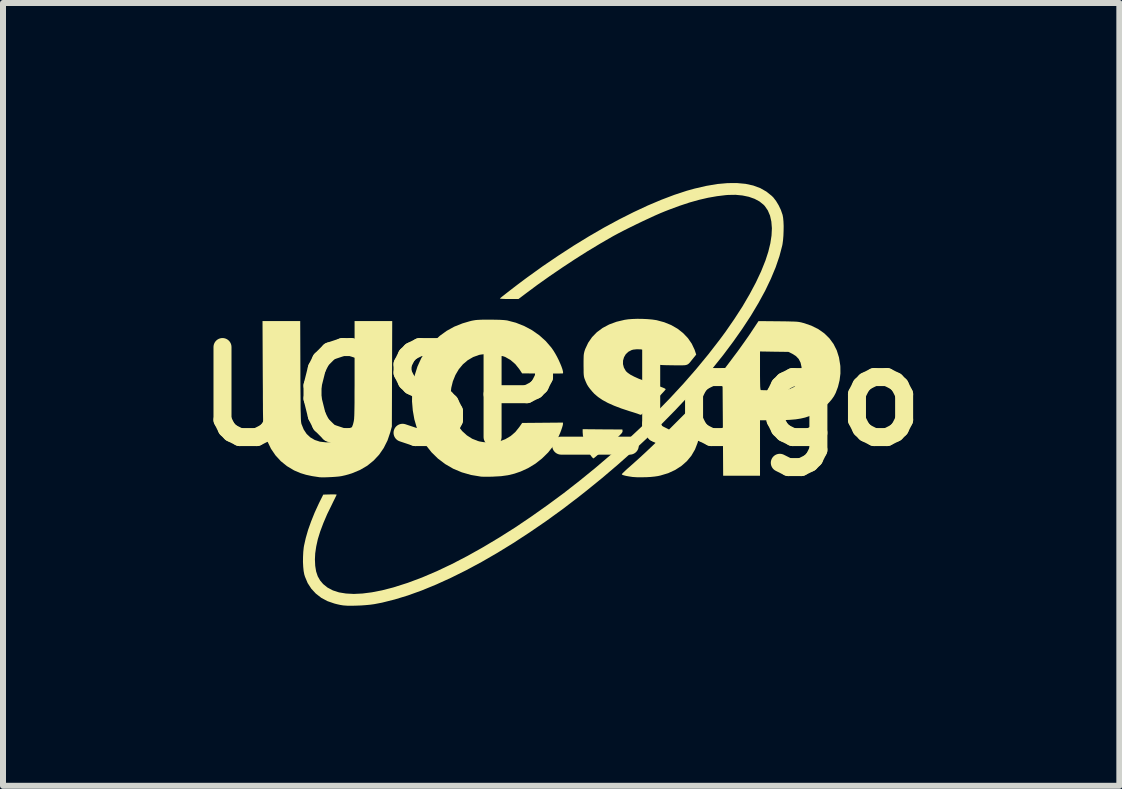
<source format=kicad_pcb>
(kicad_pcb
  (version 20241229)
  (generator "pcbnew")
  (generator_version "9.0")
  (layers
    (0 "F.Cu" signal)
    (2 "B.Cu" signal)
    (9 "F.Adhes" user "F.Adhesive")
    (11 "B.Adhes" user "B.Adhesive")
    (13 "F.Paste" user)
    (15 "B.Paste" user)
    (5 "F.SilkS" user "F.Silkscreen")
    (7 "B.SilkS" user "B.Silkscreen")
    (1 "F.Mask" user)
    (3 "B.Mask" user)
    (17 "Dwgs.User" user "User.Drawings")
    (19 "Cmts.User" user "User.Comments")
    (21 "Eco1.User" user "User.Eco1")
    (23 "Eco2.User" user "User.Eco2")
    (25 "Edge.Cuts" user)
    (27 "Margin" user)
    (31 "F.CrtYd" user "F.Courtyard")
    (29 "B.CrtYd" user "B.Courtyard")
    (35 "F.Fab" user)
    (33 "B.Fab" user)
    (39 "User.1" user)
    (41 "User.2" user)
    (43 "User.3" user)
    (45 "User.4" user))
  (footprint "UCSP_logo"
    (layer "F.Cu")
    (at 6.3 3.554)
    (property "Reference" "UCSP_logo" (at 0 0 0) (layer "F.SilkS") (effects (font (size 1.5 1.5) (thickness 0.3))))
    (attr board_only exclude_from_pos_files exclude_from_bom)
    (fp_poly (pts (xy 0.689 0.55) (xy 1.02 0.552) (xy 1.023 0.578) (xy 1.022 0.589) (xy 1.016 0.602) (xy 1.004 0.619) (xy 0.982 0.642) (xy 0.95 0.673) (xy 0.905 0.714) (xy 0.884 0.734) (xy 0.821 0.79) (xy 0.761 0.844) (xy 0.704 0.894) (xy 0.652 0.939) (xy 0.608 0.977) (xy 0.573 1.007) (xy 0.548 1.027) (xy 0.536 1.034) (xy 0.536 1.034) (xy 0.527 1.027) (xy 0.51 1.008) (xy 0.493 0.986) (xy 0.447 0.911) (xy 0.408 0.826) (xy 0.379 0.737) (xy 0.362 0.651) (xy 0.358 0.596) (xy 0.358 0.547)) (stroke (width 0) (type solid)) (fill yes) (layer "F.SilkS"))
    (fp_poly (pts (xy 2.202 0.19) (xy 2.223 0.223) (xy 2.246 0.268) (xy 2.267 0.32) (xy 2.284 0.372) (xy 2.289 0.393) (xy 2.295 0.428) (xy 2.299 0.476) (xy 2.301 0.53) (xy 2.301 0.567) (xy 2.3 0.628) (xy 2.295 0.676) (xy 2.287 0.721) (xy 2.274 0.77) (xy 2.274 0.771) (xy 2.23 0.885) (xy 2.17 0.988) (xy 2.095 1.079) (xy 2.004 1.159) (xy 1.9 1.226) (xy 1.783 1.28) (xy 1.653 1.319) (xy 1.612 1.328) (xy 1.558 1.336) (xy 1.49 1.343) (xy 1.415 1.347) (xy 1.338 1.348) (xy 1.265 1.348) (xy 1.203 1.344) (xy 1.189 1.343) (xy 1.13 1.334) (xy 1.08 1.325) (xy 1.041 1.315) (xy 1.017 1.306) (xy 1.01 1.298) (xy 1.017 1.288) (xy 1.037 1.268) (xy 1.066 1.24) (xy 1.104 1.205) (xy 1.134 1.179) (xy 1.217 1.105) (xy 1.295 1.035) (xy 1.369 0.967) (xy 1.444 0.897) (xy 1.52 0.825) (xy 1.602 0.746) (xy 1.69 0.659) (xy 1.788 0.562) (xy 1.855 0.495) (xy 2.183 0.167)) (stroke (width 0) (type solid)) (fill yes) (layer "F.SilkS"))
    (fp_poly (pts (xy 3.616 -1.251) (xy 3.707 -1.25) (xy 3.78 -1.249) (xy 3.838 -1.247) (xy 3.884 -1.246) (xy 3.921 -1.244) (xy 3.951 -1.241) (xy 3.976 -1.237) (xy 4.001 -1.232) (xy 4.026 -1.225) (xy 4.039 -1.222) (xy 4.168 -1.178) (xy 4.283 -1.121) (xy 4.383 -1.051) (xy 4.468 -0.968) (xy 4.538 -0.873) (xy 4.592 -0.766) (xy 4.629 -0.648) (xy 4.65 -0.518) (xy 4.652 -0.494) (xy 4.653 -0.382) (xy 4.639 -0.268) (xy 4.612 -0.158) (xy 4.574 -0.057) (xy 4.545 -0.002) (xy 4.51 0.048) (xy 4.463 0.103) (xy 4.407 0.158) (xy 4.348 0.209) (xy 4.292 0.251) (xy 4.265 0.267) (xy 4.199 0.302) (xy 4.133 0.33) (xy 4.064 0.353) (xy 3.99 0.37) (xy 3.907 0.383) (xy 3.813 0.391) (xy 3.705 0.396) (xy 3.581 0.398) (xy 3.563 0.398) (xy 3.313 0.398) (xy 3.313 0.861) (xy 3.313 1.323) (xy 3.006 1.323) (xy 2.699 1.323) (xy 2.694 0.455) (xy 2.688 -0.413) (xy 2.7 -0.429) (xy 3.313 -0.429) (xy 3.313 -0.337) (xy 3.314 -0.262) (xy 3.315 -0.204) (xy 3.316 -0.161) (xy 3.319 -0.131) (xy 3.321 -0.114) (xy 3.325 -0.106) (xy 3.325 -0.105) (xy 3.339 -0.104) (xy 3.369 -0.103) (xy 3.413 -0.102) (xy 3.467 -0.102) (xy 3.528 -0.103) (xy 3.547 -0.103) (xy 3.626 -0.105) (xy 3.688 -0.108) (xy 3.736 -0.111) (xy 3.772 -0.115) (xy 3.8 -0.121) (xy 3.808 -0.123) (xy 3.877 -0.155) (xy 3.932 -0.199) (xy 3.972 -0.258) (xy 3.998 -0.329) (xy 4.007 -0.402) (xy 4.005 -0.488) (xy 3.989 -0.561) (xy 3.958 -0.622) (xy 3.912 -0.671) (xy 3.852 -0.709) (xy 3.786 -0.741) (xy 3.55 -0.744) (xy 3.313 -0.748) (xy 3.313 -0.429) (xy 2.7 -0.429) (xy 2.714 -0.449) (xy 2.728 -0.467) (xy 2.751 -0.498) (xy 2.783 -0.54) (xy 2.82 -0.589) (xy 2.861 -0.644) (xy 2.891 -0.684) (xy 2.943 -0.753) (xy 2.999 -0.831) (xy 3.056 -0.911) (xy 3.11 -0.988) (xy 3.157 -1.056) (xy 3.165 -1.069) (xy 3.288 -1.254)) (stroke (width 0) (type solid)) (fill yes) (layer "F.SilkS"))
    (fp_poly (pts (xy -4.345 -0.42) (xy -4.345 -0.269) (xy -4.344 -0.137) (xy -4.343 -0.022) (xy -4.342 0.077) (xy -4.342 0.161) (xy -4.341 0.232) (xy -4.339 0.29) (xy -4.338 0.338) (xy -4.337 0.376) (xy -4.335 0.406) (xy -4.333 0.429) (xy -4.33 0.446) (xy -4.328 0.458) (xy -4.326 0.463) (xy -4.29 0.552) (xy -4.241 0.626) (xy -4.179 0.684) (xy -4.105 0.727) (xy -4.019 0.755) (xy -3.921 0.766) (xy -3.9 0.766) (xy -3.852 0.764) (xy -3.801 0.758) (xy -3.763 0.751) (xy -3.678 0.723) (xy -3.607 0.682) (xy -3.55 0.627) (xy -3.504 0.557) (xy -3.47 0.472) (xy -3.462 0.442) (xy -3.459 0.427) (xy -3.455 0.412) (xy -3.453 0.395) (xy -3.45 0.375) (xy -3.449 0.35) (xy -3.447 0.319) (xy -3.446 0.281) (xy -3.445 0.234) (xy -3.444 0.176) (xy -3.443 0.107) (xy -3.443 0.025) (xy -3.443 -0.072) (xy -3.442 -0.184) (xy -3.442 -0.314) (xy -3.442 -0.444) (xy -3.442 -1.254) (xy -3.129 -1.254) (xy -2.815 -1.254) (xy -2.818 -0.376) (xy -2.821 0.502) (xy -2.847 0.598) (xy -2.894 0.736) (xy -2.957 0.861) (xy -3.034 0.973) (xy -3.126 1.071) (xy -3.231 1.156) (xy -3.351 1.226) (xy -3.483 1.281) (xy -3.492 1.284) (xy -3.543 1.3) (xy -3.598 1.315) (xy -3.647 1.326) (xy -3.661 1.329) (xy -3.702 1.335) (xy -3.755 1.34) (xy -3.815 1.344) (xy -3.877 1.347) (xy -3.936 1.349) (xy -3.987 1.349) (xy -4.024 1.348) (xy -4.029 1.347) (xy -4.148 1.329) (xy -4.251 1.307) (xy -4.343 1.279) (xy -4.428 1.243) (xy -4.451 1.233) (xy -4.568 1.163) (xy -4.671 1.08) (xy -4.76 0.983) (xy -4.835 0.873) (xy -4.895 0.748) (xy -4.941 0.611) (xy -4.946 0.591) (xy -4.95 0.576) (xy -4.953 0.56) (xy -4.956 0.544) (xy -4.959 0.526) (xy -4.961 0.503) (xy -4.963 0.476) (xy -4.964 0.443) (xy -4.966 0.401) (xy -4.967 0.351) (xy -4.968 0.291) (xy -4.969 0.218) (xy -4.969 0.133) (xy -4.97 0.033) (xy -4.97 -0.083) (xy -4.971 -0.215) (xy -4.972 -0.366) (xy -4.972 -0.376) (xy -4.976 -1.254) (xy -4.662 -1.254) (xy -4.348 -1.254)) (stroke (width 0) (type solid)) (fill yes) (layer "F.SilkS"))
    (fp_poly (pts (xy 1.352 -1.291) (xy 1.438 -1.287) (xy 1.518 -1.28) (xy 1.585 -1.27) (xy 1.591 -1.269) (xy 1.717 -1.235) (xy 1.833 -1.188) (xy 1.939 -1.127) (xy 2.032 -1.054) (xy 2.112 -0.97) (xy 2.176 -0.877) (xy 2.224 -0.775) (xy 2.229 -0.759) (xy 2.25 -0.696) (xy 2.196 -0.629) (xy 2.166 -0.592) (xy 2.143 -0.563) (xy 2.123 -0.543) (xy 2.103 -0.53) (xy 2.08 -0.522) (xy 2.05 -0.518) (xy 2.009 -0.517) (xy 1.954 -0.517) (xy 1.906 -0.517) (xy 1.842 -0.518) (xy 1.779 -0.519) (xy 1.724 -0.52) (xy 1.68 -0.522) (xy 1.653 -0.524) (xy 1.592 -0.53) (xy 1.581 -0.571) (xy 1.555 -0.64) (xy 1.519 -0.694) (xy 1.468 -0.736) (xy 1.433 -0.757) (xy 1.384 -0.774) (xy 1.325 -0.783) (xy 1.262 -0.785) (xy 1.203 -0.779) (xy 1.176 -0.772) (xy 1.121 -0.744) (xy 1.077 -0.703) (xy 1.047 -0.652) (xy 1.031 -0.596) (xy 1.03 -0.537) (xy 1.045 -0.479) (xy 1.076 -0.425) (xy 1.081 -0.418) (xy 1.112 -0.39) (xy 1.156 -0.36) (xy 1.215 -0.329) (xy 1.29 -0.295) (xy 1.382 -0.259) (xy 1.474 -0.225) (xy 1.553 -0.197) (xy 1.615 -0.175) (xy 1.662 -0.158) (xy 1.696 -0.145) (xy 1.719 -0.135) (xy 1.733 -0.127) (xy 1.74 -0.122) (xy 1.741 -0.118) (xy 1.734 -0.108) (xy 1.716 -0.086) (xy 1.687 -0.055) (xy 1.651 -0.016) (xy 1.61 0.028) (xy 1.565 0.075) (xy 1.518 0.123) (xy 1.472 0.17) (xy 1.43 0.213) (xy 1.392 0.251) (xy 1.361 0.281) (xy 1.34 0.3) (xy 1.33 0.308) (xy 1.329 0.308) (xy 1.312 0.304) (xy 1.293 0.297) (xy 1.275 0.29) (xy 1.242 0.279) (xy 1.198 0.265) (xy 1.149 0.25) (xy 1.139 0.247) (xy 1 0.201) (xy 0.88 0.155) (xy 0.777 0.109) (xy 0.689 0.061) (xy 0.615 0.011) (xy 0.553 -0.042) (xy 0.516 -0.082) (xy 0.478 -0.128) (xy 0.45 -0.166) (xy 0.429 -0.201) (xy 0.411 -0.241) (xy 0.401 -0.265) (xy 0.391 -0.29) (xy 0.384 -0.312) (xy 0.379 -0.335) (xy 0.376 -0.362) (xy 0.374 -0.397) (xy 0.374 -0.445) (xy 0.373 -0.508) (xy 0.373 -0.522) (xy 0.373 -0.589) (xy 0.374 -0.639) (xy 0.375 -0.677) (xy 0.378 -0.706) (xy 0.383 -0.73) (xy 0.389 -0.754) (xy 0.398 -0.78) (xy 0.401 -0.789) (xy 0.45 -0.893) (xy 0.515 -0.987) (xy 0.596 -1.07) (xy 0.691 -1.14) (xy 0.8 -1.198) (xy 0.922 -1.243) (xy 1.057 -1.275) (xy 1.118 -1.284) (xy 1.186 -1.289) (xy 1.266 -1.292)) (stroke (width 0) (type solid)) (fill yes) (layer "F.SilkS"))
    (fp_poly (pts (xy -1.095 -1.277) (xy -1.014 -1.275) (xy -0.952 -1.271) (xy -0.907 -1.266) (xy -0.9 -1.265) (xy -0.755 -1.227) (xy -0.616 -1.172) (xy -0.485 -1.102) (xy -0.365 -1.018) (xy -0.257 -0.921) (xy -0.164 -0.813) (xy -0.129 -0.763) (xy -0.099 -0.714) (xy -0.069 -0.66) (xy -0.041 -0.604) (xy -0.016 -0.548) (xy 0.005 -0.497) (xy 0.021 -0.451) (xy 0.03 -0.415) (xy 0.032 -0.391) (xy 0.027 -0.382) (xy 0.014 -0.381) (xy -0.016 -0.381) (xy -0.061 -0.38) (xy -0.118 -0.38) (xy -0.186 -0.38) (xy -0.262 -0.38) (xy -0.318 -0.38) (xy -0.651 -0.383) (xy -0.698 -0.454) (xy -0.764 -0.537) (xy -0.843 -0.605) (xy -0.933 -0.657) (xy -1.029 -0.691) (xy -1.081 -0.7) (xy -1.144 -0.705) (xy -1.213 -0.706) (xy -1.281 -0.703) (xy -1.339 -0.696) (xy -1.366 -0.691) (xy -1.466 -0.655) (xy -1.557 -0.602) (xy -1.637 -0.534) (xy -1.706 -0.451) (xy -1.762 -0.356) (xy -1.805 -0.249) (xy -1.831 -0.143) (xy -1.837 -0.086) (xy -1.84 -0.017) (xy -1.839 0.059) (xy -1.835 0.136) (xy -1.827 0.207) (xy -1.817 0.267) (xy -1.811 0.288) (xy -1.771 0.397) (xy -1.716 0.494) (xy -1.649 0.579) (xy -1.571 0.65) (xy -1.483 0.706) (xy -1.387 0.744) (xy -1.357 0.752) (xy -1.291 0.763) (xy -1.215 0.768) (xy -1.139 0.766) (xy -1.069 0.759) (xy -1.035 0.752) (xy -0.933 0.715) (xy -0.841 0.661) (xy -0.762 0.592) (xy -0.698 0.512) (xy -0.65 0.443) (xy -0.31 0.44) (xy 0.03 0.437) (xy 0.03 0.463) (xy 0.026 0.484) (xy 0.016 0.519) (xy 0.001 0.563) (xy -0.017 0.61) (xy -0.037 0.657) (xy -0.055 0.698) (xy -0.06 0.707) (xy -0.13 0.825) (xy -0.217 0.935) (xy -0.319 1.035) (xy -0.431 1.123) (xy -0.552 1.196) (xy -0.567 1.203) (xy -0.674 1.252) (xy -0.779 1.288) (xy -0.886 1.314) (xy -1.001 1.33) (xy -1.128 1.337) (xy -1.139 1.338) (xy -1.197 1.339) (xy -1.251 1.339) (xy -1.296 1.339) (xy -1.328 1.338) (xy -1.338 1.337) (xy -1.501 1.31) (xy -1.655 1.266) (xy -1.798 1.206) (xy -1.931 1.129) (xy -2.053 1.037) (xy -2.162 0.93) (xy -2.257 0.809) (xy -2.339 0.674) (xy -2.352 0.648) (xy -2.406 0.522) (xy -2.446 0.384) (xy -2.472 0.237) (xy -2.485 0.085) (xy -2.483 -0.068) (xy -2.472 -0.189) (xy -2.441 -0.349) (xy -2.394 -0.498) (xy -2.331 -0.636) (xy -2.251 -0.764) (xy -2.154 -0.884) (xy -2.132 -0.907) (xy -2.023 -1.008) (xy -1.907 -1.092) (xy -1.782 -1.161) (xy -1.644 -1.216) (xy -1.525 -1.251) (xy -1.489 -1.26) (xy -1.457 -1.266) (xy -1.426 -1.271) (xy -1.392 -1.274) (xy -1.352 -1.276) (xy -1.301 -1.278) (xy -1.236 -1.278) (xy -1.194 -1.278)) (stroke (width 0) (type solid)) (fill yes) (layer "F.SilkS"))
    (fp_poly (pts (xy 3.071 -3.541) (xy 3.2 -3.513) (xy 3.317 -3.47) (xy 3.419 -3.412) (xy 3.509 -3.34) (xy 3.536 -3.313) (xy 3.581 -3.254) (xy 3.624 -3.183) (xy 3.661 -3.105) (xy 3.688 -3.027) (xy 3.689 -3.025) (xy 3.698 -2.976) (xy 3.704 -2.912) (xy 3.707 -2.838) (xy 3.706 -2.759) (xy 3.703 -2.679) (xy 3.697 -2.604) (xy 3.688 -2.537) (xy 3.683 -2.512) (xy 3.637 -2.336) (xy 3.574 -2.151) (xy 3.494 -1.959) (xy 3.399 -1.76) (xy 3.287 -1.555) (xy 3.161 -1.344) (xy 3.02 -1.129) (xy 2.865 -0.909) (xy 2.698 -0.686) (xy 2.517 -0.46) (xy 2.324 -0.233) (xy 2.12 -0.003) (xy 1.905 0.226) (xy 1.679 0.456) (xy 1.443 0.685) (xy 1.198 0.913) (xy 0.944 1.138) (xy 0.682 1.361) (xy 0.412 1.58) (xy 0.297 1.671) (xy 0.022 1.881) (xy -0.253 2.08) (xy -0.526 2.267) (xy -0.797 2.444) (xy -1.064 2.608) (xy -1.327 2.76) (xy -1.586 2.899) (xy -1.838 3.024) (xy -2.084 3.136) (xy -2.323 3.234) (xy -2.553 3.317) (xy -2.773 3.384) (xy -2.984 3.437) (xy -3.114 3.462) (xy -3.178 3.471) (xy -3.252 3.478) (xy -3.333 3.484) (xy -3.415 3.487) (xy -3.493 3.489) (xy -3.564 3.488) (xy -3.621 3.484) (xy -3.639 3.482) (xy -3.681 3.475) (xy -3.731 3.464) (xy -3.778 3.452) (xy -3.894 3.412) (xy -3.997 3.357) (xy -4.087 3.287) (xy -4.163 3.205) (xy -4.224 3.111) (xy -4.268 3.006) (xy -4.28 2.968) (xy -4.291 2.911) (xy -4.298 2.839) (xy -4.302 2.759) (xy -4.301 2.675) (xy -4.297 2.592) (xy -4.289 2.516) (xy -4.284 2.487) (xy -4.256 2.362) (xy -4.217 2.226) (xy -4.166 2.083) (xy -4.107 1.936) (xy -4.04 1.79) (xy -4.026 1.761) (xy -3.964 1.637) (xy -3.852 1.634) (xy -3.808 1.633) (xy -3.772 1.634) (xy -3.748 1.635) (xy -3.741 1.638) (xy -3.745 1.648) (xy -3.757 1.673) (xy -3.775 1.71) (xy -3.798 1.756) (xy -3.819 1.8) (xy -3.898 1.961) (xy -3.962 2.111) (xy -4.014 2.249) (xy -4.054 2.378) (xy -4.081 2.5) (xy -4.098 2.615) (xy -4.103 2.716) (xy -4.098 2.824) (xy -4.083 2.917) (xy -4.056 2.998) (xy -4.016 3.068) (xy -3.966 3.127) (xy -3.893 3.186) (xy -3.804 3.233) (xy -3.702 3.266) (xy -3.585 3.285) (xy -3.455 3.292) (xy -3.311 3.285) (xy -3.154 3.265) (xy -2.985 3.232) (xy -2.802 3.185) (xy -2.785 3.18) (xy -2.556 3.107) (xy -2.318 3.018) (xy -2.072 2.913) (xy -1.819 2.793) (xy -1.561 2.659) (xy -1.299 2.512) (xy -1.033 2.353) (xy -0.764 2.183) (xy -0.495 2.001) (xy -0.225 1.81) (xy 0.045 1.611) (xy 0.312 1.402) (xy 0.576 1.187) (xy 0.836 0.965) (xy 1.091 0.738) (xy 1.34 0.505) (xy 1.581 0.269) (xy 1.814 0.03) (xy 2.038 -0.212) (xy 2.251 -0.456) (xy 2.452 -0.7) (xy 2.641 -0.944) (xy 2.74 -1.078) (xy 2.887 -1.291) (xy 3.021 -1.498) (xy 3.139 -1.7) (xy 3.243 -1.895) (xy 3.331 -2.082) (xy 3.402 -2.259) (xy 3.403 -2.261) (xy 3.451 -2.409) (xy 3.485 -2.549) (xy 3.505 -2.68) (xy 3.511 -2.801) (xy 3.502 -2.912) (xy 3.48 -3.011) (xy 3.443 -3.098) (xy 3.392 -3.172) (xy 3.372 -3.193) (xy 3.305 -3.247) (xy 3.223 -3.291) (xy 3.127 -3.325) (xy 3.021 -3.347) (xy 2.906 -3.358) (xy 2.784 -3.356) (xy 2.743 -3.353) (xy 2.595 -3.335) (xy 2.447 -3.309) (xy 2.296 -3.274) (xy 2.139 -3.23) (xy 1.973 -3.175) (xy 1.795 -3.109) (xy 1.726 -3.082) (xy 1.653 -3.052) (xy 1.566 -3.014) (xy 1.469 -2.969) (xy 1.365 -2.921) (xy 1.259 -2.87) (xy 1.153 -2.818) (xy 1.051 -2.767) (xy 0.958 -2.719) (xy 0.876 -2.675) (xy 0.851 -2.661) (xy 0.652 -2.546) (xy 0.444 -2.421) (xy 0.231 -2.286) (xy 0.017 -2.145) (xy -0.194 -2.001) (xy -0.397 -1.857) (xy -0.588 -1.715) (xy -0.601 -1.705) (xy -0.711 -1.622) (xy -0.868 -1.622) (xy -0.921 -1.622) (xy -0.966 -1.624) (xy -0.999 -1.626) (xy -1.018 -1.628) (xy -1.021 -1.63) (xy -1.011 -1.64) (xy -0.987 -1.66) (xy -0.951 -1.688) (xy -0.907 -1.723) (xy -0.854 -1.764) (xy -0.797 -1.808) (xy -0.737 -1.854) (xy -0.676 -1.9) (xy -0.616 -1.945) (xy -0.563 -1.984) (xy -0.306 -2.169) (xy -0.048 -2.344) (xy 0.209 -2.511) (xy 0.464 -2.667) (xy 0.716 -2.813) (xy 0.964 -2.947) (xy 1.206 -3.069) (xy 1.441 -3.179) (xy 1.668 -3.275) (xy 1.887 -3.358) (xy 2.094 -3.426) (xy 2.224 -3.462) (xy 2.42 -3.507) (xy 2.602 -3.538) (xy 2.772 -3.553) (xy 2.928 -3.554)) (stroke (width 0) (type solid)) (fill yes) (layer "F.SilkS")))
  (gr_rect
    (start -3 -3)
    (end 15.6 10.043)
    (stroke (width 0.1) (type default))
    (fill no)
    (layer "Edge.Cuts")))
</source>
